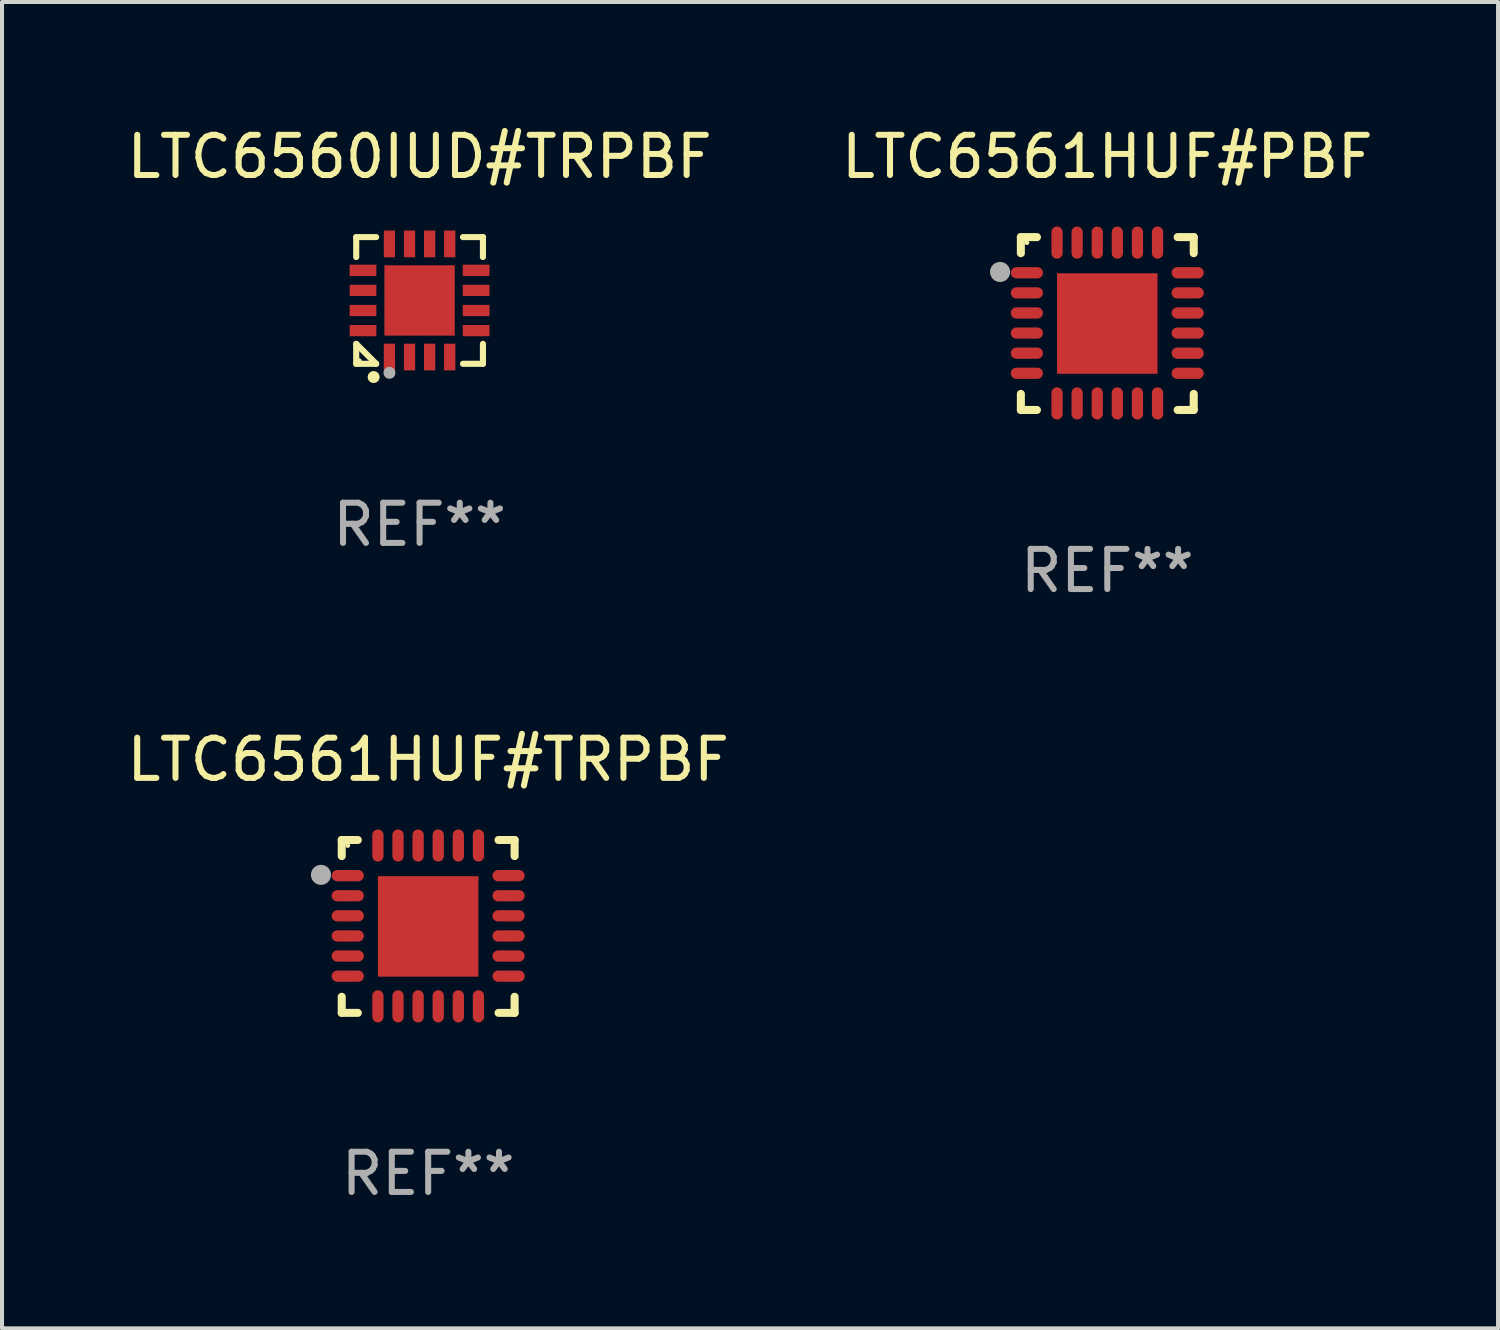
<source format=kicad_pcb>
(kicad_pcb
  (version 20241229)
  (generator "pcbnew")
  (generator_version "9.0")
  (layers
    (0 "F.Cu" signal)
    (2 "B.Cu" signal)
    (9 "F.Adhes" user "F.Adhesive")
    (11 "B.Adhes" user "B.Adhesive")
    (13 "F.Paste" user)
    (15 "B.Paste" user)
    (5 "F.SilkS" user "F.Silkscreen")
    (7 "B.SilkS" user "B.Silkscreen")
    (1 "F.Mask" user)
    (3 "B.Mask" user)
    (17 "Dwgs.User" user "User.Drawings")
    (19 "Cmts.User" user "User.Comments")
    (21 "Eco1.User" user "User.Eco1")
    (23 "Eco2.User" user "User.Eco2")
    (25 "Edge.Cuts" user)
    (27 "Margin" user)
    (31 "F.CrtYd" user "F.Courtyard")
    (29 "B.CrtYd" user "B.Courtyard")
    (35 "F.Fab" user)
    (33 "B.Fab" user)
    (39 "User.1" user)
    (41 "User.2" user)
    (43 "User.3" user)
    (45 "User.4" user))
  (footprint "LTC6561HUF#TRPBF"
    (layer "F.Cu")
    (at 7.601 19.995)
    (property "Reference" "LTC6561HUF#TRPBF" (at 0 -4.15 0) (layer "F.SilkS") (effects (font (size 1 1) (thickness 0.15))))
    (attr through_hole)
    (fp_line (start -2.15 -2.15) (end -1.75 -2.15) (stroke (width 0.2) (type solid)) (layer "F.SilkS"))
    (fp_line (start -2.15 -1.75) (end -2.15 -2.15) (stroke (width 0.2) (type solid)) (layer "F.SilkS"))
    (fp_line (start -2.15 2.15) (end -2.15 1.75) (stroke (width 0.2) (type solid)) (layer "F.SilkS"))
    (fp_line (start -1.75 2.15) (end -2.15 2.15) (stroke (width 0.2) (type solid)) (layer "F.SilkS"))
    (fp_line (start 1.75 -2.15) (end 2.15 -2.15) (stroke (width 0.2) (type solid)) (layer "F.SilkS"))
    (fp_line (start 1.75 2.15) (end 2.15 2.15) (stroke (width 0.2) (type solid)) (layer "F.SilkS"))
    (fp_line (start 2.15 -2.15) (end 2.15 -1.75) (stroke (width 0.2) (type solid)) (layer "F.SilkS"))
    (fp_line (start 2.15 2.15) (end 2.15 1.75) (stroke (width 0.2) (type solid)) (layer "F.SilkS"))
    (fp_circle (center -2 -2.013) (end -1.97 -2.013) (stroke (width 0.06) (type solid)) (fill no) (layer "F.SilkS"))
    (fp_circle (center -2.667 -1.283) (end -2.542 -1.283) (stroke (width 0.25) (type solid)) (fill no) (layer "F.Fab"))
    (fp_text user "REF**" (at 0 6.15 0) (layer "F.Fab") (effects (font (size 1 1) (thickness 0.15))))
    (pad "1" smd oval (at -2 -1.263) (size 0.8 0.28) (layers "F.Cu" "F.Mask" "F.Paste"))
    (pad "2" smd oval (at -2 -0.763) (size 0.8 0.28) (layers "F.Cu" "F.Mask" "F.Paste"))
    (pad "3" smd oval (at -2 -0.263) (size 0.8 0.28) (layers "F.Cu" "F.Mask" "F.Paste"))
    (pad "4" smd oval (at -2 0.237) (size 0.8 0.28) (layers "F.Cu" "F.Mask" "F.Paste"))
    (pad "5" smd oval (at -2 0.737) (size 0.8 0.28) (layers "F.Cu" "F.Mask" "F.Paste"))
    (pad "6" smd oval (at -2 1.237) (size 0.8 0.28) (layers "F.Cu" "F.Mask" "F.Paste"))
    (pad "7" smd oval (at -1.25 1.987) (size 0.28 0.8) (layers "F.Cu" "F.Mask" "F.Paste"))
    (pad "8" smd oval (at -0.75 1.987) (size 0.28 0.8) (layers "F.Cu" "F.Mask" "F.Paste"))
    (pad "9" smd oval (at -0.25 1.987) (size 0.28 0.8) (layers "F.Cu" "F.Mask" "F.Paste"))
    (pad "10" smd oval (at 0.25 1.987) (size 0.28 0.8) (layers "F.Cu" "F.Mask" "F.Paste"))
    (pad "11" smd oval (at 0.75 1.987) (size 0.28 0.8) (layers "F.Cu" "F.Mask" "F.Paste"))
    (pad "12" smd oval (at 1.25 1.987) (size 0.28 0.8) (layers "F.Cu" "F.Mask" "F.Paste"))
    (pad "13" smd oval (at 2 1.237) (size 0.8 0.28) (layers "F.Cu" "F.Mask" "F.Paste"))
    (pad "14" smd oval (at 2 0.737) (size 0.8 0.28) (layers "F.Cu" "F.Mask" "F.Paste"))
    (pad "15" smd oval (at 2 0.237) (size 0.8 0.28) (layers "F.Cu" "F.Mask" "F.Paste"))
    (pad "16" smd oval (at 2 -0.263) (size 0.8 0.28) (layers "F.Cu" "F.Mask" "F.Paste"))
    (pad "17" smd oval (at 2 -0.763) (size 0.8 0.28) (layers "F.Cu" "F.Mask" "F.Paste"))
    (pad "18" smd oval (at 2 -1.263) (size 0.8 0.28) (layers "F.Cu" "F.Mask" "F.Paste"))
    (pad "19" smd oval (at 1.25 -2.013) (size 0.28 0.8) (layers "F.Cu" "F.Mask" "F.Paste"))
    (pad "20" smd oval (at 0.75 -2.013) (size 0.28 0.8) (layers "F.Cu" "F.Mask" "F.Paste"))
    (pad "21" smd oval (at 0.25 -2.013) (size 0.28 0.8) (layers "F.Cu" "F.Mask" "F.Paste"))
    (pad "22" smd oval (at -0.25 -2.013) (size 0.28 0.8) (layers "F.Cu" "F.Mask" "F.Paste"))
    (pad "23" smd oval (at -0.75 -2.013) (size 0.28 0.8) (layers "F.Cu" "F.Mask" "F.Paste"))
    (pad "24" smd oval (at -1.25 -2.013) (size 0.28 0.8) (layers "F.Cu" "F.Mask" "F.Paste"))
    (pad "25" smd rect (at -0.000127 -0.00014) (size 2.5 2.5) (layers "F.Cu" "F.Mask" "F.Paste")))
  (footprint "LTC6561HUF#PBF"
    (layer "F.Cu")
    (at 24.494 4.998)
    (property "Reference" "LTC6561HUF#PBF" (at 0 -4.15 0) (layer "F.SilkS") (effects (font (size 1 1) (thickness 0.15))))
    (attr through_hole)
    (fp_line (start -2.15 -2.15) (end -1.75 -2.15) (stroke (width 0.2) (type solid)) (layer "F.SilkS"))
    (fp_line (start -2.15 -1.75) (end -2.15 -2.15) (stroke (width 0.2) (type solid)) (layer "F.SilkS"))
    (fp_line (start -2.15 2.15) (end -2.15 1.75) (stroke (width 0.2) (type solid)) (layer "F.SilkS"))
    (fp_line (start -1.75 2.15) (end -2.15 2.15) (stroke (width 0.2) (type solid)) (layer "F.SilkS"))
    (fp_line (start 1.75 -2.15) (end 2.15 -2.15) (stroke (width 0.2) (type solid)) (layer "F.SilkS"))
    (fp_line (start 1.75 2.15) (end 2.15 2.15) (stroke (width 0.2) (type solid)) (layer "F.SilkS"))
    (fp_line (start 2.15 -2.15) (end 2.15 -1.75) (stroke (width 0.2) (type solid)) (layer "F.SilkS"))
    (fp_line (start 2.15 2.15) (end 2.15 1.75) (stroke (width 0.2) (type solid)) (layer "F.SilkS"))
    (fp_circle (center -2 -2.013) (end -1.97 -2.013) (stroke (width 0.06) (type solid)) (fill no) (layer "F.SilkS"))
    (fp_circle (center -2.667 -1.283) (end -2.542 -1.283) (stroke (width 0.25) (type solid)) (fill no) (layer "F.Fab"))
    (fp_text user "REF**" (at 0 6.15 0) (layer "F.Fab") (effects (font (size 1 1) (thickness 0.15))))
    (pad "1" smd oval (at -2 -1.263) (size 0.8 0.28) (layers "F.Cu" "F.Mask" "F.Paste"))
    (pad "2" smd oval (at -2 -0.763) (size 0.8 0.28) (layers "F.Cu" "F.Mask" "F.Paste"))
    (pad "3" smd oval (at -2 -0.263) (size 0.8 0.28) (layers "F.Cu" "F.Mask" "F.Paste"))
    (pad "4" smd oval (at -2 0.237) (size 0.8 0.28) (layers "F.Cu" "F.Mask" "F.Paste"))
    (pad "5" smd oval (at -2 0.737) (size 0.8 0.28) (layers "F.Cu" "F.Mask" "F.Paste"))
    (pad "6" smd oval (at -2 1.237) (size 0.8 0.28) (layers "F.Cu" "F.Mask" "F.Paste"))
    (pad "7" smd oval (at -1.25 1.987) (size 0.28 0.8) (layers "F.Cu" "F.Mask" "F.Paste"))
    (pad "8" smd oval (at -0.75 1.987) (size 0.28 0.8) (layers "F.Cu" "F.Mask" "F.Paste"))
    (pad "9" smd oval (at -0.25 1.987) (size 0.28 0.8) (layers "F.Cu" "F.Mask" "F.Paste"))
    (pad "10" smd oval (at 0.25 1.987) (size 0.28 0.8) (layers "F.Cu" "F.Mask" "F.Paste"))
    (pad "11" smd oval (at 0.75 1.987) (size 0.28 0.8) (layers "F.Cu" "F.Mask" "F.Paste"))
    (pad "12" smd oval (at 1.25 1.987) (size 0.28 0.8) (layers "F.Cu" "F.Mask" "F.Paste"))
    (pad "13" smd oval (at 2 1.237) (size 0.8 0.28) (layers "F.Cu" "F.Mask" "F.Paste"))
    (pad "14" smd oval (at 2 0.737) (size 0.8 0.28) (layers "F.Cu" "F.Mask" "F.Paste"))
    (pad "15" smd oval (at 2 0.237) (size 0.8 0.28) (layers "F.Cu" "F.Mask" "F.Paste"))
    (pad "16" smd oval (at 2 -0.263) (size 0.8 0.28) (layers "F.Cu" "F.Mask" "F.Paste"))
    (pad "17" smd oval (at 2 -0.763) (size 0.8 0.28) (layers "F.Cu" "F.Mask" "F.Paste"))
    (pad "18" smd oval (at 2 -1.263) (size 0.8 0.28) (layers "F.Cu" "F.Mask" "F.Paste"))
    (pad "19" smd oval (at 1.25 -2.013) (size 0.28 0.8) (layers "F.Cu" "F.Mask" "F.Paste"))
    (pad "20" smd oval (at 0.75 -2.013) (size 0.28 0.8) (layers "F.Cu" "F.Mask" "F.Paste"))
    (pad "21" smd oval (at 0.25 -2.013) (size 0.28 0.8) (layers "F.Cu" "F.Mask" "F.Paste"))
    (pad "22" smd oval (at -0.25 -2.013) (size 0.28 0.8) (layers "F.Cu" "F.Mask" "F.Paste"))
    (pad "23" smd oval (at -0.75 -2.013) (size 0.28 0.8) (layers "F.Cu" "F.Mask" "F.Paste"))
    (pad "24" smd oval (at -1.25 -2.013) (size 0.28 0.8) (layers "F.Cu" "F.Mask" "F.Paste"))
    (pad "25" smd rect (at -0.000127 -0.00014) (size 2.5 2.5) (layers "F.Cu" "F.Mask" "F.Paste")))
  (footprint "LTC6560IUD#TRPBF"
    (layer "F.Cu")
    (at 7.387 4.424)
    (property "Reference" "LTC6560IUD#TRPBF" (at 0 -3.576 0) (layer "F.SilkS") (effects (font (size 1 1) (thickness 0.15))))
    (attr through_hole)
    (fp_line (start -1.576 -1.576) (end -1.08 -1.576) (stroke (width 0.152) (type solid)) (layer "F.SilkS"))
    (fp_line (start -1.576 -1.08) (end -1.576 -1.576) (stroke (width 0.152) (type solid)) (layer "F.SilkS"))
    (fp_line (start -1.576 1.08) (end -1.576 1.576) (stroke (width 0.152) (type solid)) (layer "F.SilkS"))
    (fp_line (start -1.576 1.576) (end -1.08 1.576) (stroke (width 0.152) (type solid)) (layer "F.SilkS"))
    (fp_line (start -1.08 1.576) (end -1.576 1.08) (stroke (width 0.152) (type solid)) (layer "F.SilkS"))
    (fp_line (start 1.576 -1.576) (end 1.08 -1.576) (stroke (width 0.152) (type solid)) (layer "F.SilkS"))
    (fp_line (start 1.576 -1.08) (end 1.576 -1.576) (stroke (width 0.152) (type solid)) (layer "F.SilkS"))
    (fp_line (start 1.576 1.08) (end 1.576 1.576) (stroke (width 0.152) (type solid)) (layer "F.SilkS"))
    (fp_line (start 1.576 1.576) (end 1.08 1.576) (stroke (width 0.152) (type solid)) (layer "F.SilkS"))
    (fp_circle (center -1.5 1.5) (end -1.47 1.5) (stroke (width 0.06) (type solid)) (fill no) (layer "F.SilkS"))
    (fp_circle (center -1.143 1.905) (end -1.068 1.905) (stroke (width 0.15) (type solid)) (fill no) (layer "F.SilkS"))
    (fp_circle (center -0.75 1.8) (end -0.675 1.8) (stroke (width 0.15) (type solid)) (fill no) (layer "F.Fab"))
    (fp_text user "REF**" (at 0 5.576 0) (layer "F.Fab") (effects (font (size 1 1) (thickness 0.15))))
    (pad "1" smd rect (at -0.75 1.407) (size 0.28 0.665) (layers "F.Cu" "F.Mask" "F.Paste"))
    (pad "2" smd rect (at -0.25 1.407) (size 0.28 0.665) (layers "F.Cu" "F.Mask" "F.Paste"))
    (pad "3" smd rect (at 0.25 1.407) (size 0.28 0.665) (layers "F.Cu" "F.Mask" "F.Paste"))
    (pad "4" smd rect (at 0.75 1.407) (size 0.28 0.665) (layers "F.Cu" "F.Mask" "F.Paste"))
    (pad "5" smd rect (at 1.407 0.75) (size 0.665 0.28) (layers "F.Cu" "F.Mask" "F.Paste"))
    (pad "6" smd rect (at 1.407 0.25) (size 0.665 0.28) (layers "F.Cu" "F.Mask" "F.Paste"))
    (pad "7" smd rect (at 1.407 -0.25) (size 0.665 0.28) (layers "F.Cu" "F.Mask" "F.Paste"))
    (pad "8" smd rect (at 1.407 -0.75) (size 0.665 0.28) (layers "F.Cu" "F.Mask" "F.Paste"))
    (pad "9" smd rect (at 0.75 -1.407) (size 0.28 0.665) (layers "F.Cu" "F.Mask" "F.Paste"))
    (pad "10" smd rect (at 0.25 -1.407) (size 0.28 0.665) (layers "F.Cu" "F.Mask" "F.Paste"))
    (pad "11" smd rect (at -0.25 -1.407) (size 0.28 0.665) (layers "F.Cu" "F.Mask" "F.Paste"))
    (pad "12" smd rect (at -0.75 -1.407) (size 0.28 0.665) (layers "F.Cu" "F.Mask" "F.Paste"))
    (pad "13" smd rect (at -1.407 -0.75) (size 0.665 0.28) (layers "F.Cu" "F.Mask" "F.Paste"))
    (pad "14" smd rect (at -1.407 -0.25) (size 0.665 0.28) (layers "F.Cu" "F.Mask" "F.Paste"))
    (pad "15" smd rect (at -1.407 0.25) (size 0.665 0.28) (layers "F.Cu" "F.Mask" "F.Paste"))
    (pad "16" smd rect (at -1.407 0.75) (size 0.665 0.28) (layers "F.Cu" "F.Mask" "F.Paste"))
    (pad "17" smd rect (at 0 0) (size 1.75 1.75) (layers "F.Cu" "F.Mask" "F.Paste")))
  (gr_rect
    (start -3 -3)
    (end 34.214 29.993)
    (stroke (width 0.1) (type default))
    (fill no)
    (layer "Edge.Cuts")))
</source>
